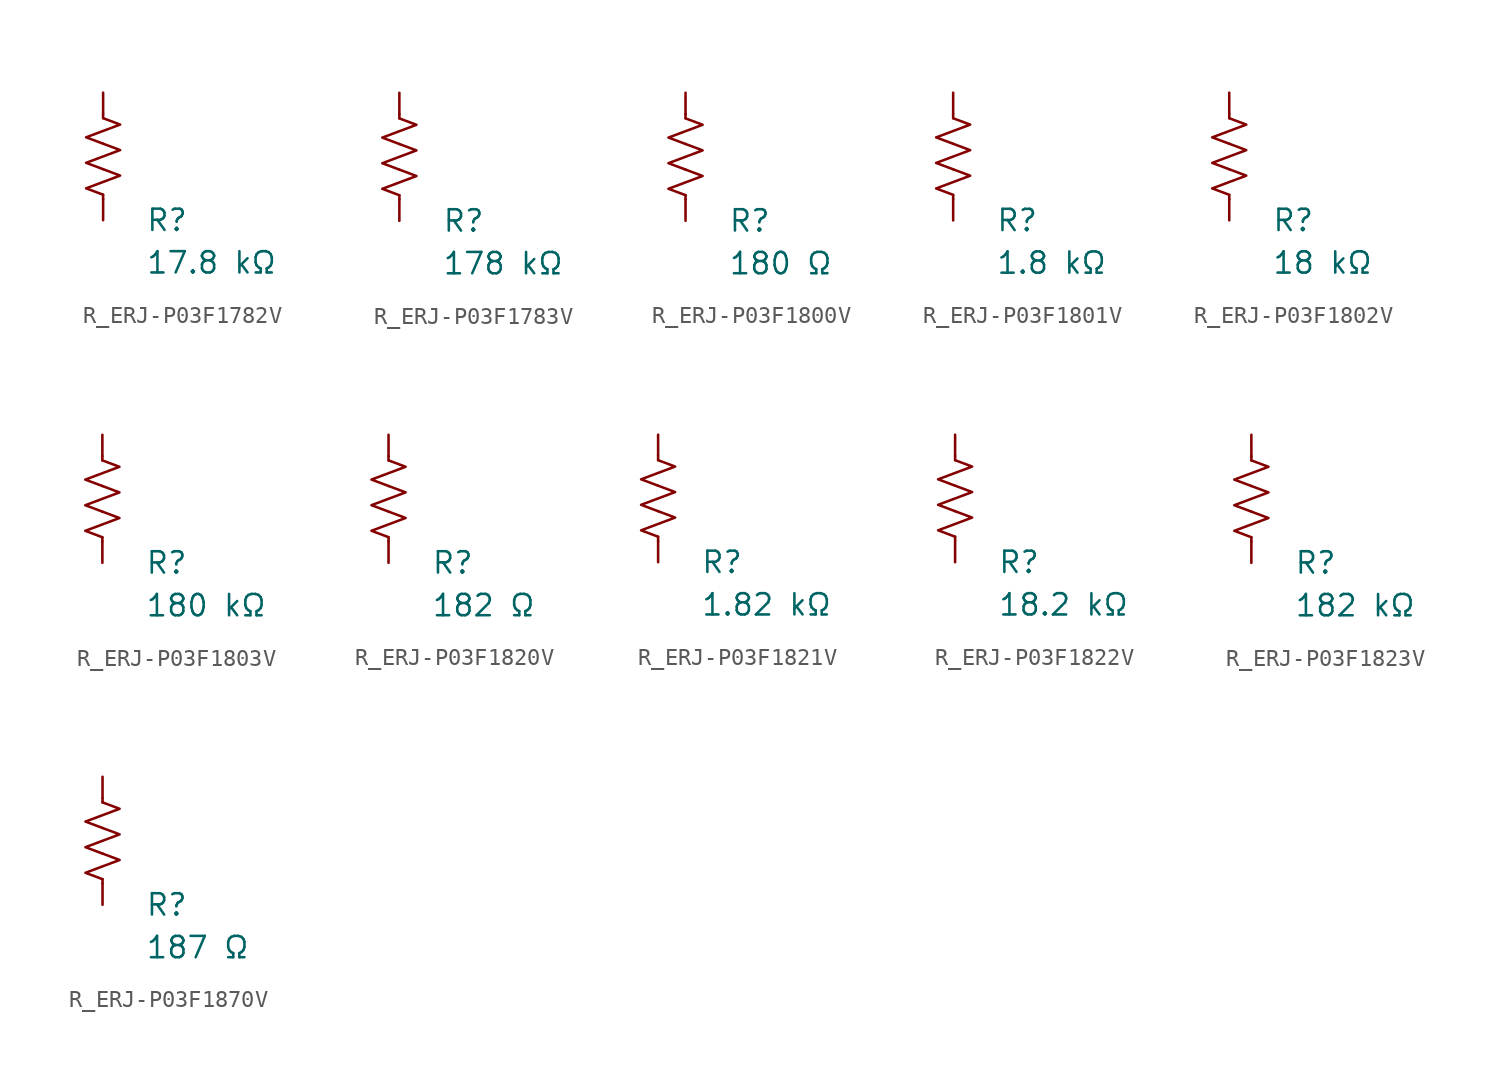
<source format=kicad_sym>
(kicad_symbol_lib
  (version 20231120)
  (generator "kicad_symbol_editor")
  (generator_version "8.0")
  (symbol "R_ERJ-P03F1782V"
    (pin_numbers hide)
    (pin_names
      (offset 0))
    (property "Reference" "R"
      (at 2.54 -3.81 0)
      (effects (font (size 1.27 1.27)) (justify left))
      (show_name no))
    (property "Value" "17.8 kΩ"
      (at 2.54 -6.35 0)
      (effects (font (size 1.27 1.27)) (justify left))
      (show_name no))
    (symbol "R_ERJ-P03F1782V_0_1"
      (polyline (pts (xy 0 -2.286) (xy 0 -2.54)) (stroke (width 0) (type default)) (fill (type none)))
      (polyline (pts (xy 0 2.286) (xy 0 2.54)) (stroke (width 0) (type default)) (fill (type none)))
      (polyline (pts (xy 0 -0.762) (xy 1.016 -1.143) (xy 0 -1.524) (xy -1.016 -1.905) (xy 0 -2.286)) (stroke (width 0) (type default)) (fill (type none)))
      (polyline (pts (xy 0 0.762) (xy 1.016 0.381) (xy 0 0) (xy -1.016 -0.381) (xy 0 -0.762)) (stroke (width 0) (type default)) (fill (type none)))
      (polyline (pts (xy 0 2.286) (xy 1.016 1.905) (xy 0 1.524) (xy -1.016 1.143) (xy 0 0.762)) (stroke (width 0) (type default)) (fill (type none))))
    (symbol "R_ERJ-P03F1782V_1_1"
      (pin passive line (at 0 3.81 270) (length 1.27) (name "~" (effects (font (size 1.27 1.27)))) (number "1" (effects (font (size 1.27 1.27)))))
      (pin passive line (at 0 -3.81 90) (length 1.27) (name "~" (effects (font (size 1.27 1.27)))) (number "2" (effects (font (size 1.27 1.27)))))))
  (symbol "R_ERJ-P03F1783V"
    (pin_numbers hide)
    (pin_names
      (offset 0))
    (property "Reference" "R"
      (at 2.54 -3.81 0)
      (effects (font (size 1.27 1.27)) (justify left))
      (show_name no))
    (property "Value" "178 kΩ"
      (at 2.54 -6.35 0)
      (effects (font (size 1.27 1.27)) (justify left))
      (show_name no))
    (symbol "R_ERJ-P03F1783V_0_1"
      (polyline (pts (xy 0 -2.286) (xy 0 -2.54)) (stroke (width 0) (type default)) (fill (type none)))
      (polyline (pts (xy 0 2.286) (xy 0 2.54)) (stroke (width 0) (type default)) (fill (type none)))
      (polyline (pts (xy 0 -0.762) (xy 1.016 -1.143) (xy 0 -1.524) (xy -1.016 -1.905) (xy 0 -2.286)) (stroke (width 0) (type default)) (fill (type none)))
      (polyline (pts (xy 0 0.762) (xy 1.016 0.381) (xy 0 0) (xy -1.016 -0.381) (xy 0 -0.762)) (stroke (width 0) (type default)) (fill (type none)))
      (polyline (pts (xy 0 2.286) (xy 1.016 1.905) (xy 0 1.524) (xy -1.016 1.143) (xy 0 0.762)) (stroke (width 0) (type default)) (fill (type none))))
    (symbol "R_ERJ-P03F1783V_1_1"
      (pin passive line (at 0 3.81 270) (length 1.27) (name "~" (effects (font (size 1.27 1.27)))) (number "1" (effects (font (size 1.27 1.27)))))
      (pin passive line (at 0 -3.81 90) (length 1.27) (name "~" (effects (font (size 1.27 1.27)))) (number "2" (effects (font (size 1.27 1.27)))))))
  (symbol "R_ERJ-P03F1800V"
    (pin_numbers hide)
    (pin_names
      (offset 0))
    (property "Reference" "R"
      (at 2.54 -3.81 0)
      (effects (font (size 1.27 1.27)) (justify left))
      (show_name no))
    (property "Value" "180 Ω"
      (at 2.54 -6.35 0)
      (effects (font (size 1.27 1.27)) (justify left))
      (show_name no))
    (symbol "R_ERJ-P03F1800V_0_1"
      (polyline (pts (xy 0 -2.286) (xy 0 -2.54)) (stroke (width 0) (type default)) (fill (type none)))
      (polyline (pts (xy 0 2.286) (xy 0 2.54)) (stroke (width 0) (type default)) (fill (type none)))
      (polyline (pts (xy 0 -0.762) (xy 1.016 -1.143) (xy 0 -1.524) (xy -1.016 -1.905) (xy 0 -2.286)) (stroke (width 0) (type default)) (fill (type none)))
      (polyline (pts (xy 0 0.762) (xy 1.016 0.381) (xy 0 0) (xy -1.016 -0.381) (xy 0 -0.762)) (stroke (width 0) (type default)) (fill (type none)))
      (polyline (pts (xy 0 2.286) (xy 1.016 1.905) (xy 0 1.524) (xy -1.016 1.143) (xy 0 0.762)) (stroke (width 0) (type default)) (fill (type none))))
    (symbol "R_ERJ-P03F1800V_1_1"
      (pin passive line (at 0 3.81 270) (length 1.27) (name "~" (effects (font (size 1.27 1.27)))) (number "1" (effects (font (size 1.27 1.27)))))
      (pin passive line (at 0 -3.81 90) (length 1.27) (name "~" (effects (font (size 1.27 1.27)))) (number "2" (effects (font (size 1.27 1.27)))))))
  (symbol "R_ERJ-P03F1801V"
    (pin_numbers hide)
    (pin_names
      (offset 0))
    (property "Reference" "R"
      (at 2.54 -3.81 0)
      (effects (font (size 1.27 1.27)) (justify left))
      (show_name no))
    (property "Value" "1.8 kΩ"
      (at 2.54 -6.35 0)
      (effects (font (size 1.27 1.27)) (justify left))
      (show_name no))
    (symbol "R_ERJ-P03F1801V_0_1"
      (polyline (pts (xy 0 -2.286) (xy 0 -2.54)) (stroke (width 0) (type default)) (fill (type none)))
      (polyline (pts (xy 0 2.286) (xy 0 2.54)) (stroke (width 0) (type default)) (fill (type none)))
      (polyline (pts (xy 0 -0.762) (xy 1.016 -1.143) (xy 0 -1.524) (xy -1.016 -1.905) (xy 0 -2.286)) (stroke (width 0) (type default)) (fill (type none)))
      (polyline (pts (xy 0 0.762) (xy 1.016 0.381) (xy 0 0) (xy -1.016 -0.381) (xy 0 -0.762)) (stroke (width 0) (type default)) (fill (type none)))
      (polyline (pts (xy 0 2.286) (xy 1.016 1.905) (xy 0 1.524) (xy -1.016 1.143) (xy 0 0.762)) (stroke (width 0) (type default)) (fill (type none))))
    (symbol "R_ERJ-P03F1801V_1_1"
      (pin passive line (at 0 3.81 270) (length 1.27) (name "~" (effects (font (size 1.27 1.27)))) (number "1" (effects (font (size 1.27 1.27)))))
      (pin passive line (at 0 -3.81 90) (length 1.27) (name "~" (effects (font (size 1.27 1.27)))) (number "2" (effects (font (size 1.27 1.27)))))))
  (symbol "R_ERJ-P03F1802V"
    (pin_numbers hide)
    (pin_names
      (offset 0))
    (property "Reference" "R"
      (at 2.54 -3.81 0)
      (effects (font (size 1.27 1.27)) (justify left))
      (show_name no))
    (property "Value" "18 kΩ"
      (at 2.54 -6.35 0)
      (effects (font (size 1.27 1.27)) (justify left))
      (show_name no))
    (symbol "R_ERJ-P03F1802V_0_1"
      (polyline (pts (xy 0 -2.286) (xy 0 -2.54)) (stroke (width 0) (type default)) (fill (type none)))
      (polyline (pts (xy 0 2.286) (xy 0 2.54)) (stroke (width 0) (type default)) (fill (type none)))
      (polyline (pts (xy 0 -0.762) (xy 1.016 -1.143) (xy 0 -1.524) (xy -1.016 -1.905) (xy 0 -2.286)) (stroke (width 0) (type default)) (fill (type none)))
      (polyline (pts (xy 0 0.762) (xy 1.016 0.381) (xy 0 0) (xy -1.016 -0.381) (xy 0 -0.762)) (stroke (width 0) (type default)) (fill (type none)))
      (polyline (pts (xy 0 2.286) (xy 1.016 1.905) (xy 0 1.524) (xy -1.016 1.143) (xy 0 0.762)) (stroke (width 0) (type default)) (fill (type none))))
    (symbol "R_ERJ-P03F1802V_1_1"
      (pin passive line (at 0 3.81 270) (length 1.27) (name "~" (effects (font (size 1.27 1.27)))) (number "1" (effects (font (size 1.27 1.27)))))
      (pin passive line (at 0 -3.81 90) (length 1.27) (name "~" (effects (font (size 1.27 1.27)))) (number "2" (effects (font (size 1.27 1.27)))))))
  (symbol "R_ERJ-P03F1803V"
    (pin_numbers hide)
    (pin_names
      (offset 0))
    (property "Reference" "R"
      (at 2.54 -3.81 0)
      (effects (font (size 1.27 1.27)) (justify left))
      (show_name no))
    (property "Value" "180 kΩ"
      (at 2.54 -6.35 0)
      (effects (font (size 1.27 1.27)) (justify left))
      (show_name no))
    (symbol "R_ERJ-P03F1803V_0_1"
      (polyline (pts (xy 0 -2.286) (xy 0 -2.54)) (stroke (width 0) (type default)) (fill (type none)))
      (polyline (pts (xy 0 2.286) (xy 0 2.54)) (stroke (width 0) (type default)) (fill (type none)))
      (polyline (pts (xy 0 -0.762) (xy 1.016 -1.143) (xy 0 -1.524) (xy -1.016 -1.905) (xy 0 -2.286)) (stroke (width 0) (type default)) (fill (type none)))
      (polyline (pts (xy 0 0.762) (xy 1.016 0.381) (xy 0 0) (xy -1.016 -0.381) (xy 0 -0.762)) (stroke (width 0) (type default)) (fill (type none)))
      (polyline (pts (xy 0 2.286) (xy 1.016 1.905) (xy 0 1.524) (xy -1.016 1.143) (xy 0 0.762)) (stroke (width 0) (type default)) (fill (type none))))
    (symbol "R_ERJ-P03F1803V_1_1"
      (pin passive line (at 0 3.81 270) (length 1.27) (name "~" (effects (font (size 1.27 1.27)))) (number "1" (effects (font (size 1.27 1.27)))))
      (pin passive line (at 0 -3.81 90) (length 1.27) (name "~" (effects (font (size 1.27 1.27)))) (number "2" (effects (font (size 1.27 1.27)))))))
  (symbol "R_ERJ-P03F1820V"
    (pin_numbers hide)
    (pin_names
      (offset 0))
    (property "Reference" "R"
      (at 2.54 -3.81 0)
      (effects (font (size 1.27 1.27)) (justify left))
      (show_name no))
    (property "Value" "182 Ω"
      (at 2.54 -6.35 0)
      (effects (font (size 1.27 1.27)) (justify left))
      (show_name no))
    (symbol "R_ERJ-P03F1820V_0_1"
      (polyline (pts (xy 0 -2.286) (xy 0 -2.54)) (stroke (width 0) (type default)) (fill (type none)))
      (polyline (pts (xy 0 2.286) (xy 0 2.54)) (stroke (width 0) (type default)) (fill (type none)))
      (polyline (pts (xy 0 -0.762) (xy 1.016 -1.143) (xy 0 -1.524) (xy -1.016 -1.905) (xy 0 -2.286)) (stroke (width 0) (type default)) (fill (type none)))
      (polyline (pts (xy 0 0.762) (xy 1.016 0.381) (xy 0 0) (xy -1.016 -0.381) (xy 0 -0.762)) (stroke (width 0) (type default)) (fill (type none)))
      (polyline (pts (xy 0 2.286) (xy 1.016 1.905) (xy 0 1.524) (xy -1.016 1.143) (xy 0 0.762)) (stroke (width 0) (type default)) (fill (type none))))
    (symbol "R_ERJ-P03F1820V_1_1"
      (pin passive line (at 0 3.81 270) (length 1.27) (name "~" (effects (font (size 1.27 1.27)))) (number "1" (effects (font (size 1.27 1.27)))))
      (pin passive line (at 0 -3.81 90) (length 1.27) (name "~" (effects (font (size 1.27 1.27)))) (number "2" (effects (font (size 1.27 1.27)))))))
  (symbol "R_ERJ-P03F1821V"
    (pin_numbers hide)
    (pin_names
      (offset 0))
    (property "Reference" "R"
      (at 2.54 -3.81 0)
      (effects (font (size 1.27 1.27)) (justify left))
      (show_name no))
    (property "Value" "1.82 kΩ"
      (at 2.54 -6.35 0)
      (effects (font (size 1.27 1.27)) (justify left))
      (show_name no))
    (symbol "R_ERJ-P03F1821V_0_1"
      (polyline (pts (xy 0 -2.286) (xy 0 -2.54)) (stroke (width 0) (type default)) (fill (type none)))
      (polyline (pts (xy 0 2.286) (xy 0 2.54)) (stroke (width 0) (type default)) (fill (type none)))
      (polyline (pts (xy 0 -0.762) (xy 1.016 -1.143) (xy 0 -1.524) (xy -1.016 -1.905) (xy 0 -2.286)) (stroke (width 0) (type default)) (fill (type none)))
      (polyline (pts (xy 0 0.762) (xy 1.016 0.381) (xy 0 0) (xy -1.016 -0.381) (xy 0 -0.762)) (stroke (width 0) (type default)) (fill (type none)))
      (polyline (pts (xy 0 2.286) (xy 1.016 1.905) (xy 0 1.524) (xy -1.016 1.143) (xy 0 0.762)) (stroke (width 0) (type default)) (fill (type none))))
    (symbol "R_ERJ-P03F1821V_1_1"
      (pin passive line (at 0 3.81 270) (length 1.27) (name "~" (effects (font (size 1.27 1.27)))) (number "1" (effects (font (size 1.27 1.27)))))
      (pin passive line (at 0 -3.81 90) (length 1.27) (name "~" (effects (font (size 1.27 1.27)))) (number "2" (effects (font (size 1.27 1.27)))))))
  (symbol "R_ERJ-P03F1822V"
    (pin_numbers hide)
    (pin_names
      (offset 0))
    (property "Reference" "R"
      (at 2.54 -3.81 0)
      (effects (font (size 1.27 1.27)) (justify left))
      (show_name no))
    (property "Value" "18.2 kΩ"
      (at 2.54 -6.35 0)
      (effects (font (size 1.27 1.27)) (justify left))
      (show_name no))
    (symbol "R_ERJ-P03F1822V_0_1"
      (polyline (pts (xy 0 -2.286) (xy 0 -2.54)) (stroke (width 0) (type default)) (fill (type none)))
      (polyline (pts (xy 0 2.286) (xy 0 2.54)) (stroke (width 0) (type default)) (fill (type none)))
      (polyline (pts (xy 0 -0.762) (xy 1.016 -1.143) (xy 0 -1.524) (xy -1.016 -1.905) (xy 0 -2.286)) (stroke (width 0) (type default)) (fill (type none)))
      (polyline (pts (xy 0 0.762) (xy 1.016 0.381) (xy 0 0) (xy -1.016 -0.381) (xy 0 -0.762)) (stroke (width 0) (type default)) (fill (type none)))
      (polyline (pts (xy 0 2.286) (xy 1.016 1.905) (xy 0 1.524) (xy -1.016 1.143) (xy 0 0.762)) (stroke (width 0) (type default)) (fill (type none))))
    (symbol "R_ERJ-P03F1822V_1_1"
      (pin passive line (at 0 3.81 270) (length 1.27) (name "~" (effects (font (size 1.27 1.27)))) (number "1" (effects (font (size 1.27 1.27)))))
      (pin passive line (at 0 -3.81 90) (length 1.27) (name "~" (effects (font (size 1.27 1.27)))) (number "2" (effects (font (size 1.27 1.27)))))))
  (symbol "R_ERJ-P03F1823V"
    (pin_numbers hide)
    (pin_names
      (offset 0))
    (property "Reference" "R"
      (at 2.54 -3.81 0)
      (effects (font (size 1.27 1.27)) (justify left))
      (show_name no))
    (property "Value" "182 kΩ"
      (at 2.54 -6.35 0)
      (effects (font (size 1.27 1.27)) (justify left))
      (show_name no))
    (symbol "R_ERJ-P03F1823V_0_1"
      (polyline (pts (xy 0 -2.286) (xy 0 -2.54)) (stroke (width 0) (type default)) (fill (type none)))
      (polyline (pts (xy 0 2.286) (xy 0 2.54)) (stroke (width 0) (type default)) (fill (type none)))
      (polyline (pts (xy 0 -0.762) (xy 1.016 -1.143) (xy 0 -1.524) (xy -1.016 -1.905) (xy 0 -2.286)) (stroke (width 0) (type default)) (fill (type none)))
      (polyline (pts (xy 0 0.762) (xy 1.016 0.381) (xy 0 0) (xy -1.016 -0.381) (xy 0 -0.762)) (stroke (width 0) (type default)) (fill (type none)))
      (polyline (pts (xy 0 2.286) (xy 1.016 1.905) (xy 0 1.524) (xy -1.016 1.143) (xy 0 0.762)) (stroke (width 0) (type default)) (fill (type none))))
    (symbol "R_ERJ-P03F1823V_1_1"
      (pin passive line (at 0 3.81 270) (length 1.27) (name "~" (effects (font (size 1.27 1.27)))) (number "1" (effects (font (size 1.27 1.27)))))
      (pin passive line (at 0 -3.81 90) (length 1.27) (name "~" (effects (font (size 1.27 1.27)))) (number "2" (effects (font (size 1.27 1.27)))))))
  (symbol "R_ERJ-P03F1870V"
    (pin_numbers hide)
    (pin_names
      (offset 0))
    (property "Reference" "R"
      (at 2.54 -3.81 0)
      (effects (font (size 1.27 1.27)) (justify left))
      (show_name no))
    (property "Value" "187 Ω"
      (at 2.54 -6.35 0)
      (effects (font (size 1.27 1.27)) (justify left))
      (show_name no))
    (symbol "R_ERJ-P03F1870V_0_1"
      (polyline (pts (xy 0 -2.286) (xy 0 -2.54)) (stroke (width 0) (type default)) (fill (type none)))
      (polyline (pts (xy 0 2.286) (xy 0 2.54)) (stroke (width 0) (type default)) (fill (type none)))
      (polyline (pts (xy 0 -0.762) (xy 1.016 -1.143) (xy 0 -1.524) (xy -1.016 -1.905) (xy 0 -2.286)) (stroke (width 0) (type default)) (fill (type none)))
      (polyline (pts (xy 0 0.762) (xy 1.016 0.381) (xy 0 0) (xy -1.016 -0.381) (xy 0 -0.762)) (stroke (width 0) (type default)) (fill (type none)))
      (polyline (pts (xy 0 2.286) (xy 1.016 1.905) (xy 0 1.524) (xy -1.016 1.143) (xy 0 0.762)) (stroke (width 0) (type default)) (fill (type none))))
    (symbol "R_ERJ-P03F1870V_1_1"
      (pin passive line (at 0 3.81 270) (length 1.27) (name "~" (effects (font (size 1.27 1.27)))) (number "1" (effects (font (size 1.27 1.27)))))
      (pin passive line (at 0 -3.81 90) (length 1.27) (name "~" (effects (font (size 1.27 1.27)))) (number "2" (effects (font (size 1.27 1.27))))))))
</source>
